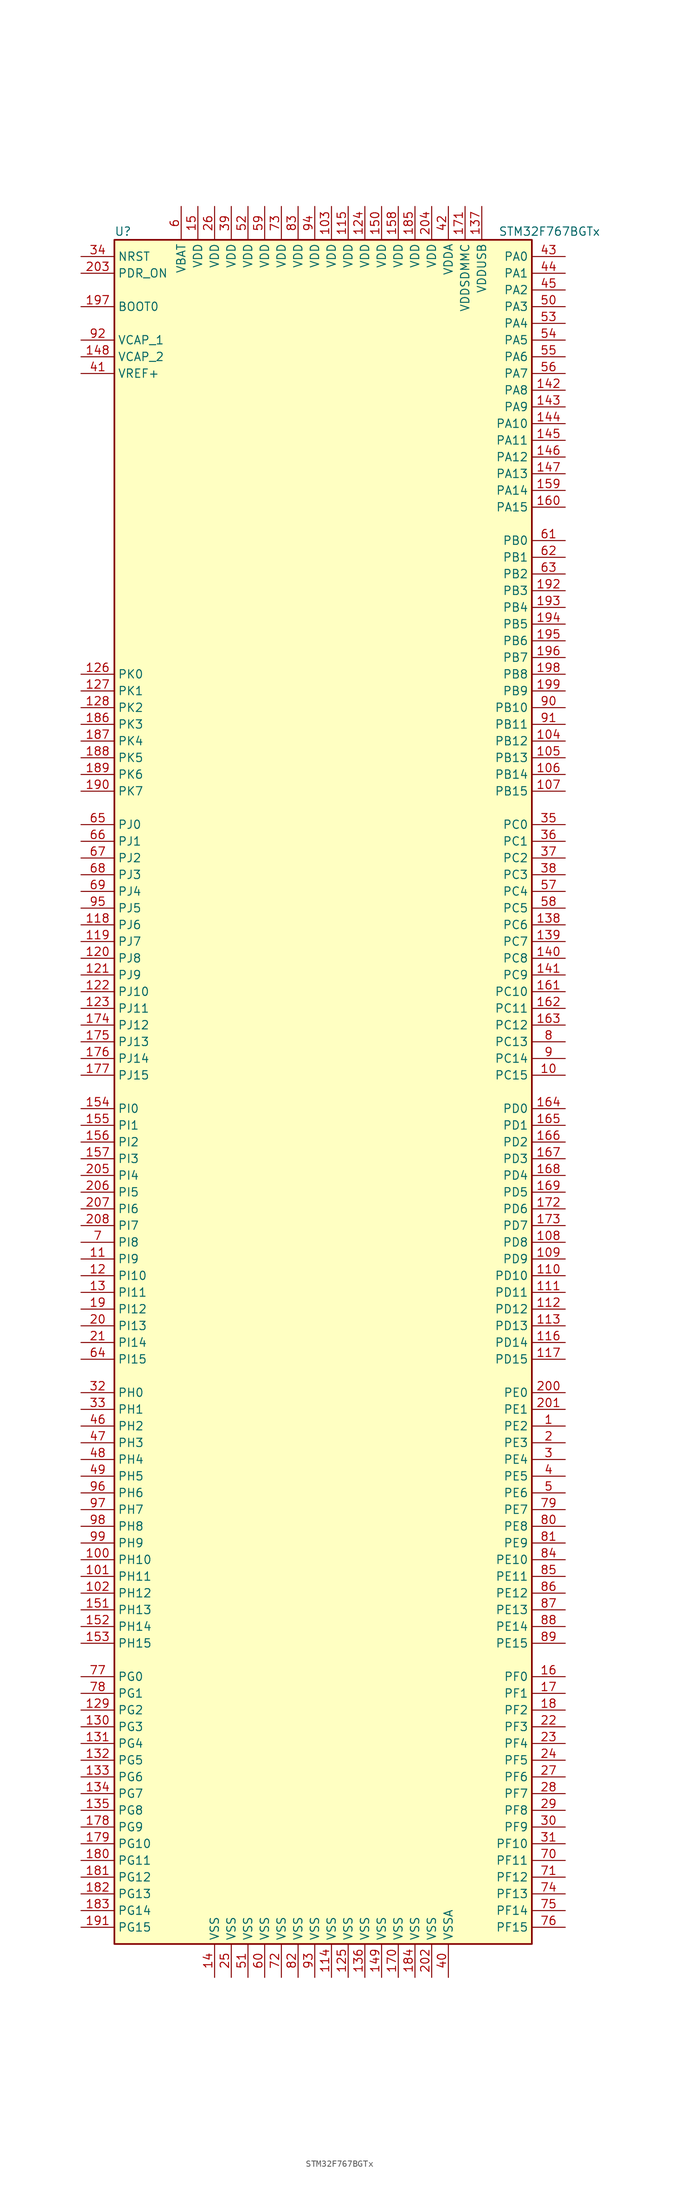
<source format=kicad_sym>
(kicad_symbol_lib
  (version 20201005)
  (generator kicad_symbol_editor)
  (symbol "MCU_ST_STM32F7:STM32F767BGTx"
    (property "Reference" "U"
      (at -33.02 130.81 0)
      (effects (font (size 1.27 1.27)) (justify left)))
    (property "Value" "STM32F767BGTx"
      (at 25.4 130.81 0)
      (effects (font (size 1.27 1.27)) (justify left)))
    (symbol "STM32F767BGTx_0_1"
      (rectangle (start -33.02 -129.54) (end 30.48 129.54) (stroke (width 0.254)) (fill (type background))))
    (symbol "STM32F767BGTx_1_1"
      (pin input line (at -38.1 119.38 0) (length 5.08) (name "BOOT0" (effects (font (size 1.27 1.27)))) (number "197" (effects (font (size 1.27 1.27)))))
      (pin input line (at -38.1 127 0) (length 5.08) (name "NRST" (effects (font (size 1.27 1.27)))) (number "34" (effects (font (size 1.27 1.27)))))
      (pin bidirectional line (at 35.56 127 180) (length 5.08) (name "PA0" (effects (font (size 1.27 1.27)))) (number "43" (effects (font (size 1.27 1.27)))))
      (pin bidirectional line (at 35.56 124.46 180) (length 5.08) (name "PA1" (effects (font (size 1.27 1.27)))) (number "44" (effects (font (size 1.27 1.27)))))
      (pin bidirectional line (at 35.56 101.6 180) (length 5.08) (name "PA10" (effects (font (size 1.27 1.27)))) (number "144" (effects (font (size 1.27 1.27)))))
      (pin bidirectional line (at 35.56 99.06 180) (length 5.08) (name "PA11" (effects (font (size 1.27 1.27)))) (number "145" (effects (font (size 1.27 1.27)))))
      (pin bidirectional line (at 35.56 96.52 180) (length 5.08) (name "PA12" (effects (font (size 1.27 1.27)))) (number "146" (effects (font (size 1.27 1.27)))))
      (pin bidirectional line (at 35.56 93.98 180) (length 5.08) (name "PA13" (effects (font (size 1.27 1.27)))) (number "147" (effects (font (size 1.27 1.27)))))
      (pin bidirectional line (at 35.56 91.44 180) (length 5.08) (name "PA14" (effects (font (size 1.27 1.27)))) (number "159" (effects (font (size 1.27 1.27)))))
      (pin bidirectional line (at 35.56 88.9 180) (length 5.08) (name "PA15" (effects (font (size 1.27 1.27)))) (number "160" (effects (font (size 1.27 1.27)))))
      (pin bidirectional line (at 35.56 121.92 180) (length 5.08) (name "PA2" (effects (font (size 1.27 1.27)))) (number "45" (effects (font (size 1.27 1.27)))))
      (pin bidirectional line (at 35.56 119.38 180) (length 5.08) (name "PA3" (effects (font (size 1.27 1.27)))) (number "50" (effects (font (size 1.27 1.27)))))
      (pin bidirectional line (at 35.56 116.84 180) (length 5.08) (name "PA4" (effects (font (size 1.27 1.27)))) (number "53" (effects (font (size 1.27 1.27)))))
      (pin bidirectional line (at 35.56 114.3 180) (length 5.08) (name "PA5" (effects (font (size 1.27 1.27)))) (number "54" (effects (font (size 1.27 1.27)))))
      (pin bidirectional line (at 35.56 111.76 180) (length 5.08) (name "PA6" (effects (font (size 1.27 1.27)))) (number "55" (effects (font (size 1.27 1.27)))))
      (pin bidirectional line (at 35.56 109.22 180) (length 5.08) (name "PA7" (effects (font (size 1.27 1.27)))) (number "56" (effects (font (size 1.27 1.27)))))
      (pin bidirectional line (at 35.56 106.68 180) (length 5.08) (name "PA8" (effects (font (size 1.27 1.27)))) (number "142" (effects (font (size 1.27 1.27)))))
      (pin bidirectional line (at 35.56 104.14 180) (length 5.08) (name "PA9" (effects (font (size 1.27 1.27)))) (number "143" (effects (font (size 1.27 1.27)))))
      (pin bidirectional line (at 35.56 83.82 180) (length 5.08) (name "PB0" (effects (font (size 1.27 1.27)))) (number "61" (effects (font (size 1.27 1.27)))))
      (pin bidirectional line (at 35.56 81.28 180) (length 5.08) (name "PB1" (effects (font (size 1.27 1.27)))) (number "62" (effects (font (size 1.27 1.27)))))
      (pin bidirectional line (at 35.56 58.42 180) (length 5.08) (name "PB10" (effects (font (size 1.27 1.27)))) (number "90" (effects (font (size 1.27 1.27)))))
      (pin bidirectional line (at 35.56 55.88 180) (length 5.08) (name "PB11" (effects (font (size 1.27 1.27)))) (number "91" (effects (font (size 1.27 1.27)))))
      (pin bidirectional line (at 35.56 53.34 180) (length 5.08) (name "PB12" (effects (font (size 1.27 1.27)))) (number "104" (effects (font (size 1.27 1.27)))))
      (pin bidirectional line (at 35.56 50.8 180) (length 5.08) (name "PB13" (effects (font (size 1.27 1.27)))) (number "105" (effects (font (size 1.27 1.27)))))
      (pin bidirectional line (at 35.56 48.26 180) (length 5.08) (name "PB14" (effects (font (size 1.27 1.27)))) (number "106" (effects (font (size 1.27 1.27)))))
      (pin bidirectional line (at 35.56 45.72 180) (length 5.08) (name "PB15" (effects (font (size 1.27 1.27)))) (number "107" (effects (font (size 1.27 1.27)))))
      (pin bidirectional line (at 35.56 78.74 180) (length 5.08) (name "PB2" (effects (font (size 1.27 1.27)))) (number "63" (effects (font (size 1.27 1.27)))))
      (pin bidirectional line (at 35.56 76.2 180) (length 5.08) (name "PB3" (effects (font (size 1.27 1.27)))) (number "192" (effects (font (size 1.27 1.27)))))
      (pin bidirectional line (at 35.56 73.66 180) (length 5.08) (name "PB4" (effects (font (size 1.27 1.27)))) (number "193" (effects (font (size 1.27 1.27)))))
      (pin bidirectional line (at 35.56 71.12 180) (length 5.08) (name "PB5" (effects (font (size 1.27 1.27)))) (number "194" (effects (font (size 1.27 1.27)))))
      (pin bidirectional line (at 35.56 68.58 180) (length 5.08) (name "PB6" (effects (font (size 1.27 1.27)))) (number "195" (effects (font (size 1.27 1.27)))))
      (pin bidirectional line (at 35.56 66.04 180) (length 5.08) (name "PB7" (effects (font (size 1.27 1.27)))) (number "196" (effects (font (size 1.27 1.27)))))
      (pin bidirectional line (at 35.56 63.5 180) (length 5.08) (name "PB8" (effects (font (size 1.27 1.27)))) (number "198" (effects (font (size 1.27 1.27)))))
      (pin bidirectional line (at 35.56 60.96 180) (length 5.08) (name "PB9" (effects (font (size 1.27 1.27)))) (number "199" (effects (font (size 1.27 1.27)))))
      (pin bidirectional line (at 35.56 40.64 180) (length 5.08) (name "PC0" (effects (font (size 1.27 1.27)))) (number "35" (effects (font (size 1.27 1.27)))))
      (pin bidirectional line (at 35.56 38.1 180) (length 5.08) (name "PC1" (effects (font (size 1.27 1.27)))) (number "36" (effects (font (size 1.27 1.27)))))
      (pin bidirectional line (at 35.56 15.24 180) (length 5.08) (name "PC10" (effects (font (size 1.27 1.27)))) (number "161" (effects (font (size 1.27 1.27)))))
      (pin bidirectional line (at 35.56 12.7 180) (length 5.08) (name "PC11" (effects (font (size 1.27 1.27)))) (number "162" (effects (font (size 1.27 1.27)))))
      (pin bidirectional line (at 35.56 10.16 180) (length 5.08) (name "PC12" (effects (font (size 1.27 1.27)))) (number "163" (effects (font (size 1.27 1.27)))))
      (pin bidirectional line (at 35.56 7.62 180) (length 5.08) (name "PC13" (effects (font (size 1.27 1.27)))) (number "8" (effects (font (size 1.27 1.27)))))
      (pin bidirectional line (at 35.56 5.08 180) (length 5.08) (name "PC14" (effects (font (size 1.27 1.27)))) (number "9" (effects (font (size 1.27 1.27)))))
      (pin bidirectional line (at 35.56 2.54 180) (length 5.08) (name "PC15" (effects (font (size 1.27 1.27)))) (number "10" (effects (font (size 1.27 1.27)))))
      (pin bidirectional line (at 35.56 35.56 180) (length 5.08) (name "PC2" (effects (font (size 1.27 1.27)))) (number "37" (effects (font (size 1.27 1.27)))))
      (pin bidirectional line (at 35.56 33.02 180) (length 5.08) (name "PC3" (effects (font (size 1.27 1.27)))) (number "38" (effects (font (size 1.27 1.27)))))
      (pin bidirectional line (at 35.56 30.48 180) (length 5.08) (name "PC4" (effects (font (size 1.27 1.27)))) (number "57" (effects (font (size 1.27 1.27)))))
      (pin bidirectional line (at 35.56 27.94 180) (length 5.08) (name "PC5" (effects (font (size 1.27 1.27)))) (number "58" (effects (font (size 1.27 1.27)))))
      (pin bidirectional line (at 35.56 25.4 180) (length 5.08) (name "PC6" (effects (font (size 1.27 1.27)))) (number "138" (effects (font (size 1.27 1.27)))))
      (pin bidirectional line (at 35.56 22.86 180) (length 5.08) (name "PC7" (effects (font (size 1.27 1.27)))) (number "139" (effects (font (size 1.27 1.27)))))
      (pin bidirectional line (at 35.56 20.32 180) (length 5.08) (name "PC8" (effects (font (size 1.27 1.27)))) (number "140" (effects (font (size 1.27 1.27)))))
      (pin bidirectional line (at 35.56 17.78 180) (length 5.08) (name "PC9" (effects (font (size 1.27 1.27)))) (number "141" (effects (font (size 1.27 1.27)))))
      (pin bidirectional line (at 35.56 -2.54 180) (length 5.08) (name "PD0" (effects (font (size 1.27 1.27)))) (number "164" (effects (font (size 1.27 1.27)))))
      (pin bidirectional line (at 35.56 -5.08 180) (length 5.08) (name "PD1" (effects (font (size 1.27 1.27)))) (number "165" (effects (font (size 1.27 1.27)))))
      (pin bidirectional line (at 35.56 -27.94 180) (length 5.08) (name "PD10" (effects (font (size 1.27 1.27)))) (number "110" (effects (font (size 1.27 1.27)))))
      (pin bidirectional line (at 35.56 -30.48 180) (length 5.08) (name "PD11" (effects (font (size 1.27 1.27)))) (number "111" (effects (font (size 1.27 1.27)))))
      (pin bidirectional line (at 35.56 -33.02 180) (length 5.08) (name "PD12" (effects (font (size 1.27 1.27)))) (number "112" (effects (font (size 1.27 1.27)))))
      (pin bidirectional line (at 35.56 -35.56 180) (length 5.08) (name "PD13" (effects (font (size 1.27 1.27)))) (number "113" (effects (font (size 1.27 1.27)))))
      (pin bidirectional line (at 35.56 -38.1 180) (length 5.08) (name "PD14" (effects (font (size 1.27 1.27)))) (number "116" (effects (font (size 1.27 1.27)))))
      (pin bidirectional line (at 35.56 -40.64 180) (length 5.08) (name "PD15" (effects (font (size 1.27 1.27)))) (number "117" (effects (font (size 1.27 1.27)))))
      (pin bidirectional line (at 35.56 -7.62 180) (length 5.08) (name "PD2" (effects (font (size 1.27 1.27)))) (number "166" (effects (font (size 1.27 1.27)))))
      (pin bidirectional line (at 35.56 -10.16 180) (length 5.08) (name "PD3" (effects (font (size 1.27 1.27)))) (number "167" (effects (font (size 1.27 1.27)))))
      (pin bidirectional line (at 35.56 -12.7 180) (length 5.08) (name "PD4" (effects (font (size 1.27 1.27)))) (number "168" (effects (font (size 1.27 1.27)))))
      (pin bidirectional line (at 35.56 -15.24 180) (length 5.08) (name "PD5" (effects (font (size 1.27 1.27)))) (number "169" (effects (font (size 1.27 1.27)))))
      (pin bidirectional line (at 35.56 -17.78 180) (length 5.08) (name "PD6" (effects (font (size 1.27 1.27)))) (number "172" (effects (font (size 1.27 1.27)))))
      (pin bidirectional line (at 35.56 -20.32 180) (length 5.08) (name "PD7" (effects (font (size 1.27 1.27)))) (number "173" (effects (font (size 1.27 1.27)))))
      (pin bidirectional line (at 35.56 -22.86 180) (length 5.08) (name "PD8" (effects (font (size 1.27 1.27)))) (number "108" (effects (font (size 1.27 1.27)))))
      (pin bidirectional line (at 35.56 -25.4 180) (length 5.08) (name "PD9" (effects (font (size 1.27 1.27)))) (number "109" (effects (font (size 1.27 1.27)))))
      (pin input line (at -38.1 124.46 0) (length 5.08) (name "PDR_ON" (effects (font (size 1.27 1.27)))) (number "203" (effects (font (size 1.27 1.27)))))
      (pin bidirectional line (at 35.56 -45.72 180) (length 5.08) (name "PE0" (effects (font (size 1.27 1.27)))) (number "200" (effects (font (size 1.27 1.27)))))
      (pin bidirectional line (at 35.56 -48.26 180) (length 5.08) (name "PE1" (effects (font (size 1.27 1.27)))) (number "201" (effects (font (size 1.27 1.27)))))
      (pin bidirectional line (at 35.56 -71.12 180) (length 5.08) (name "PE10" (effects (font (size 1.27 1.27)))) (number "84" (effects (font (size 1.27 1.27)))))
      (pin bidirectional line (at 35.56 -73.66 180) (length 5.08) (name "PE11" (effects (font (size 1.27 1.27)))) (number "85" (effects (font (size 1.27 1.27)))))
      (pin bidirectional line (at 35.56 -76.2 180) (length 5.08) (name "PE12" (effects (font (size 1.27 1.27)))) (number "86" (effects (font (size 1.27 1.27)))))
      (pin bidirectional line (at 35.56 -78.74 180) (length 5.08) (name "PE13" (effects (font (size 1.27 1.27)))) (number "87" (effects (font (size 1.27 1.27)))))
      (pin bidirectional line (at 35.56 -81.28 180) (length 5.08) (name "PE14" (effects (font (size 1.27 1.27)))) (number "88" (effects (font (size 1.27 1.27)))))
      (pin bidirectional line (at 35.56 -83.82 180) (length 5.08) (name "PE15" (effects (font (size 1.27 1.27)))) (number "89" (effects (font (size 1.27 1.27)))))
      (pin bidirectional line (at 35.56 -50.8 180) (length 5.08) (name "PE2" (effects (font (size 1.27 1.27)))) (number "1" (effects (font (size 1.27 1.27)))))
      (pin bidirectional line (at 35.56 -53.34 180) (length 5.08) (name "PE3" (effects (font (size 1.27 1.27)))) (number "2" (effects (font (size 1.27 1.27)))))
      (pin bidirectional line (at 35.56 -55.88 180) (length 5.08) (name "PE4" (effects (font (size 1.27 1.27)))) (number "3" (effects (font (size 1.27 1.27)))))
      (pin bidirectional line (at 35.56 -58.42 180) (length 5.08) (name "PE5" (effects (font (size 1.27 1.27)))) (number "4" (effects (font (size 1.27 1.27)))))
      (pin bidirectional line (at 35.56 -60.96 180) (length 5.08) (name "PE6" (effects (font (size 1.27 1.27)))) (number "5" (effects (font (size 1.27 1.27)))))
      (pin bidirectional line (at 35.56 -63.5 180) (length 5.08) (name "PE7" (effects (font (size 1.27 1.27)))) (number "79" (effects (font (size 1.27 1.27)))))
      (pin bidirectional line (at 35.56 -66.04 180) (length 5.08) (name "PE8" (effects (font (size 1.27 1.27)))) (number "80" (effects (font (size 1.27 1.27)))))
      (pin bidirectional line (at 35.56 -68.58 180) (length 5.08) (name "PE9" (effects (font (size 1.27 1.27)))) (number "81" (effects (font (size 1.27 1.27)))))
      (pin bidirectional line (at 35.56 -88.9 180) (length 5.08) (name "PF0" (effects (font (size 1.27 1.27)))) (number "16" (effects (font (size 1.27 1.27)))))
      (pin bidirectional line (at 35.56 -91.44 180) (length 5.08) (name "PF1" (effects (font (size 1.27 1.27)))) (number "17" (effects (font (size 1.27 1.27)))))
      (pin bidirectional line (at 35.56 -114.3 180) (length 5.08) (name "PF10" (effects (font (size 1.27 1.27)))) (number "31" (effects (font (size 1.27 1.27)))))
      (pin bidirectional line (at 35.56 -116.84 180) (length 5.08) (name "PF11" (effects (font (size 1.27 1.27)))) (number "70" (effects (font (size 1.27 1.27)))))
      (pin bidirectional line (at 35.56 -119.38 180) (length 5.08) (name "PF12" (effects (font (size 1.27 1.27)))) (number "71" (effects (font (size 1.27 1.27)))))
      (pin bidirectional line (at 35.56 -121.92 180) (length 5.08) (name "PF13" (effects (font (size 1.27 1.27)))) (number "74" (effects (font (size 1.27 1.27)))))
      (pin bidirectional line (at 35.56 -124.46 180) (length 5.08) (name "PF14" (effects (font (size 1.27 1.27)))) (number "75" (effects (font (size 1.27 1.27)))))
      (pin bidirectional line (at 35.56 -127 180) (length 5.08) (name "PF15" (effects (font (size 1.27 1.27)))) (number "76" (effects (font (size 1.27 1.27)))))
      (pin bidirectional line (at 35.56 -93.98 180) (length 5.08) (name "PF2" (effects (font (size 1.27 1.27)))) (number "18" (effects (font (size 1.27 1.27)))))
      (pin bidirectional line (at 35.56 -96.52 180) (length 5.08) (name "PF3" (effects (font (size 1.27 1.27)))) (number "22" (effects (font (size 1.27 1.27)))))
      (pin bidirectional line (at 35.56 -99.06 180) (length 5.08) (name "PF4" (effects (font (size 1.27 1.27)))) (number "23" (effects (font (size 1.27 1.27)))))
      (pin bidirectional line (at 35.56 -101.6 180) (length 5.08) (name "PF5" (effects (font (size 1.27 1.27)))) (number "24" (effects (font (size 1.27 1.27)))))
      (pin bidirectional line (at 35.56 -104.14 180) (length 5.08) (name "PF6" (effects (font (size 1.27 1.27)))) (number "27" (effects (font (size 1.27 1.27)))))
      (pin bidirectional line (at 35.56 -106.68 180) (length 5.08) (name "PF7" (effects (font (size 1.27 1.27)))) (number "28" (effects (font (size 1.27 1.27)))))
      (pin bidirectional line (at 35.56 -109.22 180) (length 5.08) (name "PF8" (effects (font (size 1.27 1.27)))) (number "29" (effects (font (size 1.27 1.27)))))
      (pin bidirectional line (at 35.56 -111.76 180) (length 5.08) (name "PF9" (effects (font (size 1.27 1.27)))) (number "30" (effects (font (size 1.27 1.27)))))
      (pin bidirectional line (at -38.1 -88.9 0) (length 5.08) (name "PG0" (effects (font (size 1.27 1.27)))) (number "77" (effects (font (size 1.27 1.27)))))
      (pin bidirectional line (at -38.1 -91.44 0) (length 5.08) (name "PG1" (effects (font (size 1.27 1.27)))) (number "78" (effects (font (size 1.27 1.27)))))
      (pin bidirectional line (at -38.1 -114.3 0) (length 5.08) (name "PG10" (effects (font (size 1.27 1.27)))) (number "179" (effects (font (size 1.27 1.27)))))
      (pin bidirectional line (at -38.1 -116.84 0) (length 5.08) (name "PG11" (effects (font (size 1.27 1.27)))) (number "180" (effects (font (size 1.27 1.27)))))
      (pin bidirectional line (at -38.1 -119.38 0) (length 5.08) (name "PG12" (effects (font (size 1.27 1.27)))) (number "181" (effects (font (size 1.27 1.27)))))
      (pin bidirectional line (at -38.1 -121.92 0) (length 5.08) (name "PG13" (effects (font (size 1.27 1.27)))) (number "182" (effects (font (size 1.27 1.27)))))
      (pin bidirectional line (at -38.1 -124.46 0) (length 5.08) (name "PG14" (effects (font (size 1.27 1.27)))) (number "183" (effects (font (size 1.27 1.27)))))
      (pin bidirectional line (at -38.1 -127 0) (length 5.08) (name "PG15" (effects (font (size 1.27 1.27)))) (number "191" (effects (font (size 1.27 1.27)))))
      (pin bidirectional line (at -38.1 -93.98 0) (length 5.08) (name "PG2" (effects (font (size 1.27 1.27)))) (number "129" (effects (font (size 1.27 1.27)))))
      (pin bidirectional line (at -38.1 -96.52 0) (length 5.08) (name "PG3" (effects (font (size 1.27 1.27)))) (number "130" (effects (font (size 1.27 1.27)))))
      (pin bidirectional line (at -38.1 -99.06 0) (length 5.08) (name "PG4" (effects (font (size 1.27 1.27)))) (number "131" (effects (font (size 1.27 1.27)))))
      (pin bidirectional line (at -38.1 -101.6 0) (length 5.08) (name "PG5" (effects (font (size 1.27 1.27)))) (number "132" (effects (font (size 1.27 1.27)))))
      (pin bidirectional line (at -38.1 -104.14 0) (length 5.08) (name "PG6" (effects (font (size 1.27 1.27)))) (number "133" (effects (font (size 1.27 1.27)))))
      (pin bidirectional line (at -38.1 -106.68 0) (length 5.08) (name "PG7" (effects (font (size 1.27 1.27)))) (number "134" (effects (font (size 1.27 1.27)))))
      (pin bidirectional line (at -38.1 -109.22 0) (length 5.08) (name "PG8" (effects (font (size 1.27 1.27)))) (number "135" (effects (font (size 1.27 1.27)))))
      (pin bidirectional line (at -38.1 -111.76 0) (length 5.08) (name "PG9" (effects (font (size 1.27 1.27)))) (number "178" (effects (font (size 1.27 1.27)))))
      (pin input line (at -38.1 -45.72 0) (length 5.08) (name "PH0" (effects (font (size 1.27 1.27)))) (number "32" (effects (font (size 1.27 1.27)))))
      (pin input line (at -38.1 -48.26 0) (length 5.08) (name "PH1" (effects (font (size 1.27 1.27)))) (number "33" (effects (font (size 1.27 1.27)))))
      (pin bidirectional line (at -38.1 -71.12 0) (length 5.08) (name "PH10" (effects (font (size 1.27 1.27)))) (number "100" (effects (font (size 1.27 1.27)))))
      (pin bidirectional line (at -38.1 -73.66 0) (length 5.08) (name "PH11" (effects (font (size 1.27 1.27)))) (number "101" (effects (font (size 1.27 1.27)))))
      (pin bidirectional line (at -38.1 -76.2 0) (length 5.08) (name "PH12" (effects (font (size 1.27 1.27)))) (number "102" (effects (font (size 1.27 1.27)))))
      (pin bidirectional line (at -38.1 -78.74 0) (length 5.08) (name "PH13" (effects (font (size 1.27 1.27)))) (number "151" (effects (font (size 1.27 1.27)))))
      (pin bidirectional line (at -38.1 -81.28 0) (length 5.08) (name "PH14" (effects (font (size 1.27 1.27)))) (number "152" (effects (font (size 1.27 1.27)))))
      (pin bidirectional line (at -38.1 -83.82 0) (length 5.08) (name "PH15" (effects (font (size 1.27 1.27)))) (number "153" (effects (font (size 1.27 1.27)))))
      (pin bidirectional line (at -38.1 -50.8 0) (length 5.08) (name "PH2" (effects (font (size 1.27 1.27)))) (number "46" (effects (font (size 1.27 1.27)))))
      (pin bidirectional line (at -38.1 -53.34 0) (length 5.08) (name "PH3" (effects (font (size 1.27 1.27)))) (number "47" (effects (font (size 1.27 1.27)))))
      (pin bidirectional line (at -38.1 -55.88 0) (length 5.08) (name "PH4" (effects (font (size 1.27 1.27)))) (number "48" (effects (font (size 1.27 1.27)))))
      (pin bidirectional line (at -38.1 -58.42 0) (length 5.08) (name "PH5" (effects (font (size 1.27 1.27)))) (number "49" (effects (font (size 1.27 1.27)))))
      (pin bidirectional line (at -38.1 -60.96 0) (length 5.08) (name "PH6" (effects (font (size 1.27 1.27)))) (number "96" (effects (font (size 1.27 1.27)))))
      (pin bidirectional line (at -38.1 -63.5 0) (length 5.08) (name "PH7" (effects (font (size 1.27 1.27)))) (number "97" (effects (font (size 1.27 1.27)))))
      (pin bidirectional line (at -38.1 -66.04 0) (length 5.08) (name "PH8" (effects (font (size 1.27 1.27)))) (number "98" (effects (font (size 1.27 1.27)))))
      (pin bidirectional line (at -38.1 -68.58 0) (length 5.08) (name "PH9" (effects (font (size 1.27 1.27)))) (number "99" (effects (font (size 1.27 1.27)))))
      (pin bidirectional line (at -38.1 -2.54 0) (length 5.08) (name "PI0" (effects (font (size 1.27 1.27)))) (number "154" (effects (font (size 1.27 1.27)))))
      (pin bidirectional line (at -38.1 -5.08 0) (length 5.08) (name "PI1" (effects (font (size 1.27 1.27)))) (number "155" (effects (font (size 1.27 1.27)))))
      (pin bidirectional line (at -38.1 -27.94 0) (length 5.08) (name "PI10" (effects (font (size 1.27 1.27)))) (number "12" (effects (font (size 1.27 1.27)))))
      (pin bidirectional line (at -38.1 -30.48 0) (length 5.08) (name "PI11" (effects (font (size 1.27 1.27)))) (number "13" (effects (font (size 1.27 1.27)))))
      (pin bidirectional line (at -38.1 -33.02 0) (length 5.08) (name "PI12" (effects (font (size 1.27 1.27)))) (number "19" (effects (font (size 1.27 1.27)))))
      (pin bidirectional line (at -38.1 -35.56 0) (length 5.08) (name "PI13" (effects (font (size 1.27 1.27)))) (number "20" (effects (font (size 1.27 1.27)))))
      (pin bidirectional line (at -38.1 -38.1 0) (length 5.08) (name "PI14" (effects (font (size 1.27 1.27)))) (number "21" (effects (font (size 1.27 1.27)))))
      (pin bidirectional line (at -38.1 -40.64 0) (length 5.08) (name "PI15" (effects (font (size 1.27 1.27)))) (number "64" (effects (font (size 1.27 1.27)))))
      (pin bidirectional line (at -38.1 -7.62 0) (length 5.08) (name "PI2" (effects (font (size 1.27 1.27)))) (number "156" (effects (font (size 1.27 1.27)))))
      (pin bidirectional line (at -38.1 -10.16 0) (length 5.08) (name "PI3" (effects (font (size 1.27 1.27)))) (number "157" (effects (font (size 1.27 1.27)))))
      (pin bidirectional line (at -38.1 -12.7 0) (length 5.08) (name "PI4" (effects (font (size 1.27 1.27)))) (number "205" (effects (font (size 1.27 1.27)))))
      (pin bidirectional line (at -38.1 -15.24 0) (length 5.08) (name "PI5" (effects (font (size 1.27 1.27)))) (number "206" (effects (font (size 1.27 1.27)))))
      (pin bidirectional line (at -38.1 -17.78 0) (length 5.08) (name "PI6" (effects (font (size 1.27 1.27)))) (number "207" (effects (font (size 1.27 1.27)))))
      (pin bidirectional line (at -38.1 -20.32 0) (length 5.08) (name "PI7" (effects (font (size 1.27 1.27)))) (number "208" (effects (font (size 1.27 1.27)))))
      (pin bidirectional line (at -38.1 -22.86 0) (length 5.08) (name "PI8" (effects (font (size 1.27 1.27)))) (number "7" (effects (font (size 1.27 1.27)))))
      (pin bidirectional line (at -38.1 -25.4 0) (length 5.08) (name "PI9" (effects (font (size 1.27 1.27)))) (number "11" (effects (font (size 1.27 1.27)))))
      (pin bidirectional line (at -38.1 40.64 0) (length 5.08) (name "PJ0" (effects (font (size 1.27 1.27)))) (number "65" (effects (font (size 1.27 1.27)))))
      (pin bidirectional line (at -38.1 38.1 0) (length 5.08) (name "PJ1" (effects (font (size 1.27 1.27)))) (number "66" (effects (font (size 1.27 1.27)))))
      (pin bidirectional line (at -38.1 15.24 0) (length 5.08) (name "PJ10" (effects (font (size 1.27 1.27)))) (number "122" (effects (font (size 1.27 1.27)))))
      (pin bidirectional line (at -38.1 12.7 0) (length 5.08) (name "PJ11" (effects (font (size 1.27 1.27)))) (number "123" (effects (font (size 1.27 1.27)))))
      (pin bidirectional line (at -38.1 10.16 0) (length 5.08) (name "PJ12" (effects (font (size 1.27 1.27)))) (number "174" (effects (font (size 1.27 1.27)))))
      (pin bidirectional line (at -38.1 7.62 0) (length 5.08) (name "PJ13" (effects (font (size 1.27 1.27)))) (number "175" (effects (font (size 1.27 1.27)))))
      (pin bidirectional line (at -38.1 5.08 0) (length 5.08) (name "PJ14" (effects (font (size 1.27 1.27)))) (number "176" (effects (font (size 1.27 1.27)))))
      (pin bidirectional line (at -38.1 2.54 0) (length 5.08) (name "PJ15" (effects (font (size 1.27 1.27)))) (number "177" (effects (font (size 1.27 1.27)))))
      (pin bidirectional line (at -38.1 35.56 0) (length 5.08) (name "PJ2" (effects (font (size 1.27 1.27)))) (number "67" (effects (font (size 1.27 1.27)))))
      (pin bidirectional line (at -38.1 33.02 0) (length 5.08) (name "PJ3" (effects (font (size 1.27 1.27)))) (number "68" (effects (font (size 1.27 1.27)))))
      (pin bidirectional line (at -38.1 30.48 0) (length 5.08) (name "PJ4" (effects (font (size 1.27 1.27)))) (number "69" (effects (font (size 1.27 1.27)))))
      (pin bidirectional line (at -38.1 27.94 0) (length 5.08) (name "PJ5" (effects (font (size 1.27 1.27)))) (number "95" (effects (font (size 1.27 1.27)))))
      (pin bidirectional line (at -38.1 25.4 0) (length 5.08) (name "PJ6" (effects (font (size 1.27 1.27)))) (number "118" (effects (font (size 1.27 1.27)))))
      (pin bidirectional line (at -38.1 22.86 0) (length 5.08) (name "PJ7" (effects (font (size 1.27 1.27)))) (number "119" (effects (font (size 1.27 1.27)))))
      (pin bidirectional line (at -38.1 20.32 0) (length 5.08) (name "PJ8" (effects (font (size 1.27 1.27)))) (number "120" (effects (font (size 1.27 1.27)))))
      (pin bidirectional line (at -38.1 17.78 0) (length 5.08) (name "PJ9" (effects (font (size 1.27 1.27)))) (number "121" (effects (font (size 1.27 1.27)))))
      (pin bidirectional line (at -38.1 63.5 0) (length 5.08) (name "PK0" (effects (font (size 1.27 1.27)))) (number "126" (effects (font (size 1.27 1.27)))))
      (pin bidirectional line (at -38.1 60.96 0) (length 5.08) (name "PK1" (effects (font (size 1.27 1.27)))) (number "127" (effects (font (size 1.27 1.27)))))
      (pin bidirectional line (at -38.1 58.42 0) (length 5.08) (name "PK2" (effects (font (size 1.27 1.27)))) (number "128" (effects (font (size 1.27 1.27)))))
      (pin bidirectional line (at -38.1 55.88 0) (length 5.08) (name "PK3" (effects (font (size 1.27 1.27)))) (number "186" (effects (font (size 1.27 1.27)))))
      (pin bidirectional line (at -38.1 53.34 0) (length 5.08) (name "PK4" (effects (font (size 1.27 1.27)))) (number "187" (effects (font (size 1.27 1.27)))))
      (pin bidirectional line (at -38.1 50.8 0) (length 5.08) (name "PK5" (effects (font (size 1.27 1.27)))) (number "188" (effects (font (size 1.27 1.27)))))
      (pin bidirectional line (at -38.1 48.26 0) (length 5.08) (name "PK6" (effects (font (size 1.27 1.27)))) (number "189" (effects (font (size 1.27 1.27)))))
      (pin bidirectional line (at -38.1 45.72 0) (length 5.08) (name "PK7" (effects (font (size 1.27 1.27)))) (number "190" (effects (font (size 1.27 1.27)))))
      (pin power_in line (at -22.86 134.62 270) (length 5.08) (name "VBAT" (effects (font (size 1.27 1.27)))) (number "6" (effects (font (size 1.27 1.27)))))
      (pin power_in line (at -38.1 114.3 0) (length 5.08) (name "VCAP_1" (effects (font (size 1.27 1.27)))) (number "92" (effects (font (size 1.27 1.27)))))
      (pin power_in line (at -38.1 111.76 0) (length 5.08) (name "VCAP_2" (effects (font (size 1.27 1.27)))) (number "148" (effects (font (size 1.27 1.27)))))
      (pin power_in line (at 0 134.62 270) (length 5.08) (name "VDD" (effects (font (size 1.27 1.27)))) (number "103" (effects (font (size 1.27 1.27)))))
      (pin power_in line (at 2.54 134.62 270) (length 5.08) (name "VDD" (effects (font (size 1.27 1.27)))) (number "115" (effects (font (size 1.27 1.27)))))
      (pin power_in line (at 5.08 134.62 270) (length 5.08) (name "VDD" (effects (font (size 1.27 1.27)))) (number "124" (effects (font (size 1.27 1.27)))))
      (pin power_in line (at -20.32 134.62 270) (length 5.08) (name "VDD" (effects (font (size 1.27 1.27)))) (number "15" (effects (font (size 1.27 1.27)))))
      (pin power_in line (at 7.62 134.62 270) (length 5.08) (name "VDD" (effects (font (size 1.27 1.27)))) (number "150" (effects (font (size 1.27 1.27)))))
      (pin power_in line (at 10.16 134.62 270) (length 5.08) (name "VDD" (effects (font (size 1.27 1.27)))) (number "158" (effects (font (size 1.27 1.27)))))
      (pin power_in line (at 12.7 134.62 270) (length 5.08) (name "VDD" (effects (font (size 1.27 1.27)))) (number "185" (effects (font (size 1.27 1.27)))))
      (pin power_in line (at 15.24 134.62 270) (length 5.08) (name "VDD" (effects (font (size 1.27 1.27)))) (number "204" (effects (font (size 1.27 1.27)))))
      (pin power_in line (at -17.78 134.62 270) (length 5.08) (name "VDD" (effects (font (size 1.27 1.27)))) (number "26" (effects (font (size 1.27 1.27)))))
      (pin power_in line (at -15.24 134.62 270) (length 5.08) (name "VDD" (effects (font (size 1.27 1.27)))) (number "39" (effects (font (size 1.27 1.27)))))
      (pin power_in line (at -12.7 134.62 270) (length 5.08) (name "VDD" (effects (font (size 1.27 1.27)))) (number "52" (effects (font (size 1.27 1.27)))))
      (pin power_in line (at -10.16 134.62 270) (length 5.08) (name "VDD" (effects (font (size 1.27 1.27)))) (number "59" (effects (font (size 1.27 1.27)))))
      (pin power_in line (at -7.62 134.62 270) (length 5.08) (name "VDD" (effects (font (size 1.27 1.27)))) (number "73" (effects (font (size 1.27 1.27)))))
      (pin power_in line (at -5.08 134.62 270) (length 5.08) (name "VDD" (effects (font (size 1.27 1.27)))) (number "83" (effects (font (size 1.27 1.27)))))
      (pin power_in line (at -2.54 134.62 270) (length 5.08) (name "VDD" (effects (font (size 1.27 1.27)))) (number "94" (effects (font (size 1.27 1.27)))))
      (pin power_in line (at 17.78 134.62 270) (length 5.08) (name "VDDA" (effects (font (size 1.27 1.27)))) (number "42" (effects (font (size 1.27 1.27)))))
      (pin power_in line (at 20.32 134.62 270) (length 5.08) (name "VDDSDMMC" (effects (font (size 1.27 1.27)))) (number "171" (effects (font (size 1.27 1.27)))))
      (pin power_in line (at 22.86 134.62 270) (length 5.08) (name "VDDUSB" (effects (font (size 1.27 1.27)))) (number "137" (effects (font (size 1.27 1.27)))))
      (pin power_in line (at -38.1 109.22 0) (length 5.08) (name "VREF+" (effects (font (size 1.27 1.27)))) (number "41" (effects (font (size 1.27 1.27)))))
      (pin power_in line (at 0 -134.62 90) (length 5.08) (name "VSS" (effects (font (size 1.27 1.27)))) (number "114" (effects (font (size 1.27 1.27)))))
      (pin power_in line (at 2.54 -134.62 90) (length 5.08) (name "VSS" (effects (font (size 1.27 1.27)))) (number "125" (effects (font (size 1.27 1.27)))))
      (pin power_in line (at 5.08 -134.62 90) (length 5.08) (name "VSS" (effects (font (size 1.27 1.27)))) (number "136" (effects (font (size 1.27 1.27)))))
      (pin power_in line (at -17.78 -134.62 90) (length 5.08) (name "VSS" (effects (font (size 1.27 1.27)))) (number "14" (effects (font (size 1.27 1.27)))))
      (pin power_in line (at 7.62 -134.62 90) (length 5.08) (name "VSS" (effects (font (size 1.27 1.27)))) (number "149" (effects (font (size 1.27 1.27)))))
      (pin power_in line (at 10.16 -134.62 90) (length 5.08) (name "VSS" (effects (font (size 1.27 1.27)))) (number "170" (effects (font (size 1.27 1.27)))))
      (pin power_in line (at 12.7 -134.62 90) (length 5.08) (name "VSS" (effects (font (size 1.27 1.27)))) (number "184" (effects (font (size 1.27 1.27)))))
      (pin power_in line (at 15.24 -134.62 90) (length 5.08) (name "VSS" (effects (font (size 1.27 1.27)))) (number "202" (effects (font (size 1.27 1.27)))))
      (pin power_in line (at -15.24 -134.62 90) (length 5.08) (name "VSS" (effects (font (size 1.27 1.27)))) (number "25" (effects (font (size 1.27 1.27)))))
      (pin power_in line (at -12.7 -134.62 90) (length 5.08) (name "VSS" (effects (font (size 1.27 1.27)))) (number "51" (effects (font (size 1.27 1.27)))))
      (pin power_in line (at -10.16 -134.62 90) (length 5.08) (name "VSS" (effects (font (size 1.27 1.27)))) (number "60" (effects (font (size 1.27 1.27)))))
      (pin power_in line (at -7.62 -134.62 90) (length 5.08) (name "VSS" (effects (font (size 1.27 1.27)))) (number "72" (effects (font (size 1.27 1.27)))))
      (pin power_in line (at -5.08 -134.62 90) (length 5.08) (name "VSS" (effects (font (size 1.27 1.27)))) (number "82" (effects (font (size 1.27 1.27)))))
      (pin power_in line (at -2.54 -134.62 90) (length 5.08) (name "VSS" (effects (font (size 1.27 1.27)))) (number "93" (effects (font (size 1.27 1.27)))))
      (pin power_in line (at 17.78 -134.62 90) (length 5.08) (name "VSSA" (effects (font (size 1.27 1.27)))) (number "40" (effects (font (size 1.27 1.27))))))))
</source>
